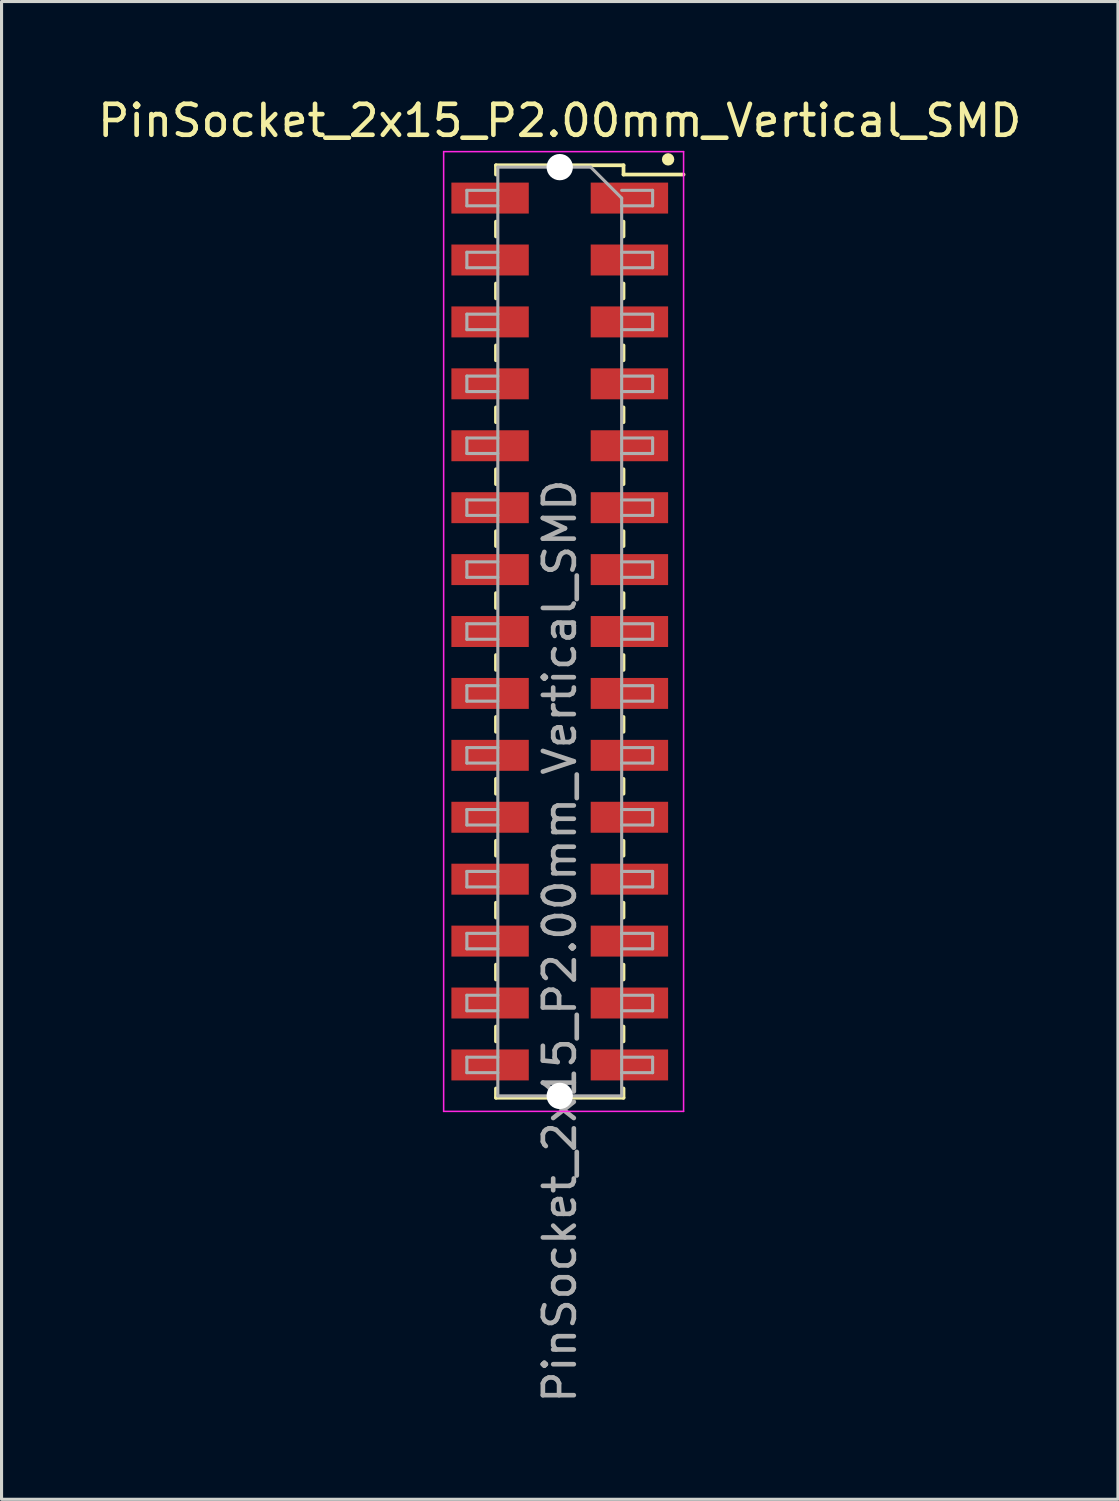
<source format=kicad_pcb>
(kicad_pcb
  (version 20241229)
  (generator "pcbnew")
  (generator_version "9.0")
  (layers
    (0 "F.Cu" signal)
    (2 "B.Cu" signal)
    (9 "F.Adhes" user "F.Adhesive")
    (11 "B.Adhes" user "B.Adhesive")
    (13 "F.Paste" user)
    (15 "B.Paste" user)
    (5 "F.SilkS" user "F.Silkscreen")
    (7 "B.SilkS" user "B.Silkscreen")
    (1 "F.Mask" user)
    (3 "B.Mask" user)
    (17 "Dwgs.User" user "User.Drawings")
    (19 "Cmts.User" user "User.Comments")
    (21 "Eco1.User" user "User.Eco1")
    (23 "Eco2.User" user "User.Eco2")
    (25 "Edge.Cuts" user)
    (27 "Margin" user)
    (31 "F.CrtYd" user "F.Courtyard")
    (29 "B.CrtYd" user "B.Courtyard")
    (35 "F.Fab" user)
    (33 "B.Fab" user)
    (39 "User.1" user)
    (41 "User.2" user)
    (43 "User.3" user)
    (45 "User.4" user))
  (footprint "PinSocket_2x15_P2.00mm_Vertical_SMD"
    (layer "F.Cu")
    (at 15.03 16.348)
    (property "Reference" "PinSocket_2x15_P2.00mm_Vertical_SMD" (at 0 -15.5 0) (layer "F.SilkS") (effects (font (size 1 1) (thickness 0.15))))
    (attr smd)
    (fp_line (start -2.06 -14.06) (end -2.06 -13.76) (stroke (width 0.12) (type solid)) (layer "F.SilkS"))
    (fp_line (start -2.06 -14.06) (end 2.06 -14.06) (stroke (width 0.12) (type solid)) (layer "F.SilkS"))
    (fp_line (start -2.06 -12.24) (end -2.06 -11.76) (stroke (width 0.12) (type solid)) (layer "F.SilkS"))
    (fp_line (start -2.06 -10.24) (end -2.06 -9.76) (stroke (width 0.12) (type solid)) (layer "F.SilkS"))
    (fp_line (start -2.06 -8.24) (end -2.06 -7.76) (stroke (width 0.12) (type solid)) (layer "F.SilkS"))
    (fp_line (start -2.06 -6.24) (end -2.06 -5.76) (stroke (width 0.12) (type solid)) (layer "F.SilkS"))
    (fp_line (start -2.06 -4.24) (end -2.06 -3.76) (stroke (width 0.12) (type solid)) (layer "F.SilkS"))
    (fp_line (start -2.06 -2.24) (end -2.06 -1.76) (stroke (width 0.12) (type solid)) (layer "F.SilkS"))
    (fp_line (start -2.06 -0.24) (end -2.06 0.24) (stroke (width 0.12) (type solid)) (layer "F.SilkS"))
    (fp_line (start -2.06 1.76) (end -2.06 2.24) (stroke (width 0.12) (type solid)) (layer "F.SilkS"))
    (fp_line (start -2.06 3.76) (end -2.06 4.24) (stroke (width 0.12) (type solid)) (layer "F.SilkS"))
    (fp_line (start -2.06 5.76) (end -2.06 6.24) (stroke (width 0.12) (type solid)) (layer "F.SilkS"))
    (fp_line (start -2.06 7.76) (end -2.06 8.24) (stroke (width 0.12) (type solid)) (layer "F.SilkS"))
    (fp_line (start -2.06 9.76) (end -2.06 10.24) (stroke (width 0.12) (type solid)) (layer "F.SilkS"))
    (fp_line (start -2.06 11.76) (end -2.06 12.24) (stroke (width 0.12) (type solid)) (layer "F.SilkS"))
    (fp_line (start -2.06 13.76) (end -2.06 14.24) (stroke (width 0.12) (type solid)) (layer "F.SilkS"))
    (fp_line (start -2.06 15.76) (end -2.06 16.06) (stroke (width 0.12) (type solid)) (layer "F.SilkS"))
    (fp_line (start -2.06 16.06) (end 2.06 16.06) (stroke (width 0.12) (type solid)) (layer "F.SilkS"))
    (fp_line (start 2.06 -14.06) (end 2.06 -13.76) (stroke (width 0.12) (type solid)) (layer "F.SilkS"))
    (fp_line (start 2.06 -13.76) (end 4 -13.76) (stroke (width 0.12) (type solid)) (layer "F.SilkS"))
    (fp_line (start 2.06 -12.24) (end 2.06 -11.76) (stroke (width 0.12) (type solid)) (layer "F.SilkS"))
    (fp_line (start 2.06 -10.24) (end 2.06 -9.76) (stroke (width 0.12) (type solid)) (layer "F.SilkS"))
    (fp_line (start 2.06 -8.24) (end 2.06 -7.76) (stroke (width 0.12) (type solid)) (layer "F.SilkS"))
    (fp_line (start 2.06 -6.24) (end 2.06 -5.76) (stroke (width 0.12) (type solid)) (layer "F.SilkS"))
    (fp_line (start 2.06 -4.24) (end 2.06 -3.76) (stroke (width 0.12) (type solid)) (layer "F.SilkS"))
    (fp_line (start 2.06 -2.24) (end 2.06 -1.76) (stroke (width 0.12) (type solid)) (layer "F.SilkS"))
    (fp_line (start 2.06 -0.24) (end 2.06 0.24) (stroke (width 0.12) (type solid)) (layer "F.SilkS"))
    (fp_line (start 2.06 1.76) (end 2.06 2.24) (stroke (width 0.12) (type solid)) (layer "F.SilkS"))
    (fp_line (start 2.06 3.76) (end 2.06 4.24) (stroke (width 0.12) (type solid)) (layer "F.SilkS"))
    (fp_line (start 2.06 5.76) (end 2.06 6.24) (stroke (width 0.12) (type solid)) (layer "F.SilkS"))
    (fp_line (start 2.06 7.76) (end 2.06 8.24) (stroke (width 0.12) (type solid)) (layer "F.SilkS"))
    (fp_line (start 2.06 9.76) (end 2.06 10.24) (stroke (width 0.12) (type solid)) (layer "F.SilkS"))
    (fp_line (start 2.06 11.76) (end 2.06 12.24) (stroke (width 0.12) (type solid)) (layer "F.SilkS"))
    (fp_line (start 2.06 13.76) (end 2.06 14.24) (stroke (width 0.12) (type solid)) (layer "F.SilkS"))
    (fp_line (start 2.06 15.76) (end 2.06 16.06) (stroke (width 0.12) (type solid)) (layer "F.SilkS"))
    (fp_circle (center 3.5 -14.25) (end 3.6 -14.25) (stroke (width 0.2) (type solid)) (fill no) (layer "F.SilkS"))
    (fp_line (start -3.75 -14.5) (end 4 -14.5) (stroke (width 0.05) (type solid)) (layer "F.CrtYd"))
    (fp_line (start -3.75 16.5) (end -3.75 -14.5) (stroke (width 0.05) (type solid)) (layer "F.CrtYd"))
    (fp_line (start 4 -14.5) (end 4 16.5) (stroke (width 0.05) (type solid)) (layer "F.CrtYd"))
    (fp_line (start 4 16.5) (end -3.75 16.5) (stroke (width 0.05) (type solid)) (layer "F.CrtYd"))
    (fp_line (start -3 -13.25) (end -2 -13.25) (stroke (width 0.1) (type solid)) (layer "F.Fab"))
    (fp_line (start -3 -12.75) (end -3 -13.25) (stroke (width 0.1) (type solid)) (layer "F.Fab"))
    (fp_line (start -3 -11.25) (end -2 -11.25) (stroke (width 0.1) (type solid)) (layer "F.Fab"))
    (fp_line (start -3 -10.75) (end -3 -11.25) (stroke (width 0.1) (type solid)) (layer "F.Fab"))
    (fp_line (start -3 -9.25) (end -2 -9.25) (stroke (width 0.1) (type solid)) (layer "F.Fab"))
    (fp_line (start -3 -8.75) (end -3 -9.25) (stroke (width 0.1) (type solid)) (layer "F.Fab"))
    (fp_line (start -3 -7.25) (end -2 -7.25) (stroke (width 0.1) (type solid)) (layer "F.Fab"))
    (fp_line (start -3 -6.75) (end -3 -7.25) (stroke (width 0.1) (type solid)) (layer "F.Fab"))
    (fp_line (start -3 -5.25) (end -2 -5.25) (stroke (width 0.1) (type solid)) (layer "F.Fab"))
    (fp_line (start -3 -4.75) (end -3 -5.25) (stroke (width 0.1) (type solid)) (layer "F.Fab"))
    (fp_line (start -3 -3.25) (end -2 -3.25) (stroke (width 0.1) (type solid)) (layer "F.Fab"))
    (fp_line (start -3 -2.75) (end -3 -3.25) (stroke (width 0.1) (type solid)) (layer "F.Fab"))
    (fp_line (start -3 -1.25) (end -2 -1.25) (stroke (width 0.1) (type solid)) (layer "F.Fab"))
    (fp_line (start -3 -0.75) (end -3 -1.25) (stroke (width 0.1) (type solid)) (layer "F.Fab"))
    (fp_line (start -3 0.75) (end -2 0.75) (stroke (width 0.1) (type solid)) (layer "F.Fab"))
    (fp_line (start -3 1.25) (end -3 0.75) (stroke (width 0.1) (type solid)) (layer "F.Fab"))
    (fp_line (start -3 2.75) (end -2 2.75) (stroke (width 0.1) (type solid)) (layer "F.Fab"))
    (fp_line (start -3 3.25) (end -3 2.75) (stroke (width 0.1) (type solid)) (layer "F.Fab"))
    (fp_line (start -3 4.75) (end -2 4.75) (stroke (width 0.1) (type solid)) (layer "F.Fab"))
    (fp_line (start -3 5.25) (end -3 4.75) (stroke (width 0.1) (type solid)) (layer "F.Fab"))
    (fp_line (start -3 6.75) (end -2 6.75) (stroke (width 0.1) (type solid)) (layer "F.Fab"))
    (fp_line (start -3 7.25) (end -3 6.75) (stroke (width 0.1) (type solid)) (layer "F.Fab"))
    (fp_line (start -3 8.75) (end -2 8.75) (stroke (width 0.1) (type solid)) (layer "F.Fab"))
    (fp_line (start -3 9.25) (end -3 8.75) (stroke (width 0.1) (type solid)) (layer "F.Fab"))
    (fp_line (start -3 10.75) (end -2 10.75) (stroke (width 0.1) (type solid)) (layer "F.Fab"))
    (fp_line (start -3 11.25) (end -3 10.75) (stroke (width 0.1) (type solid)) (layer "F.Fab"))
    (fp_line (start -3 12.75) (end -2 12.75) (stroke (width 0.1) (type solid)) (layer "F.Fab"))
    (fp_line (start -3 13.25) (end -3 12.75) (stroke (width 0.1) (type solid)) (layer "F.Fab"))
    (fp_line (start -3 14.75) (end -2 14.75) (stroke (width 0.1) (type solid)) (layer "F.Fab"))
    (fp_line (start -3 15.25) (end -3 14.75) (stroke (width 0.1) (type solid)) (layer "F.Fab"))
    (fp_line (start -2 -14) (end 1 -14) (stroke (width 0.1) (type solid)) (layer "F.Fab"))
    (fp_line (start -2 -12.75) (end -3 -12.75) (stroke (width 0.1) (type solid)) (layer "F.Fab"))
    (fp_line (start -2 -10.75) (end -3 -10.75) (stroke (width 0.1) (type solid)) (layer "F.Fab"))
    (fp_line (start -2 -8.75) (end -3 -8.75) (stroke (width 0.1) (type solid)) (layer "F.Fab"))
    (fp_line (start -2 -6.75) (end -3 -6.75) (stroke (width 0.1) (type solid)) (layer "F.Fab"))
    (fp_line (start -2 -4.75) (end -3 -4.75) (stroke (width 0.1) (type solid)) (layer "F.Fab"))
    (fp_line (start -2 -2.75) (end -3 -2.75) (stroke (width 0.1) (type solid)) (layer "F.Fab"))
    (fp_line (start -2 -0.75) (end -3 -0.75) (stroke (width 0.1) (type solid)) (layer "F.Fab"))
    (fp_line (start -2 1.25) (end -3 1.25) (stroke (width 0.1) (type solid)) (layer "F.Fab"))
    (fp_line (start -2 3.25) (end -3 3.25) (stroke (width 0.1) (type solid)) (layer "F.Fab"))
    (fp_line (start -2 5.25) (end -3 5.25) (stroke (width 0.1) (type solid)) (layer "F.Fab"))
    (fp_line (start -2 7.25) (end -3 7.25) (stroke (width 0.1) (type solid)) (layer "F.Fab"))
    (fp_line (start -2 9.25) (end -3 9.25) (stroke (width 0.1) (type solid)) (layer "F.Fab"))
    (fp_line (start -2 11.25) (end -3 11.25) (stroke (width 0.1) (type solid)) (layer "F.Fab"))
    (fp_line (start -2 13.25) (end -3 13.25) (stroke (width 0.1) (type solid)) (layer "F.Fab"))
    (fp_line (start -2 15.25) (end -3 15.25) (stroke (width 0.1) (type solid)) (layer "F.Fab"))
    (fp_line (start -2 16) (end -2 -14) (stroke (width 0.1) (type solid)) (layer "F.Fab"))
    (fp_line (start 1 -14) (end 2 -13) (stroke (width 0.1) (type solid)) (layer "F.Fab"))
    (fp_line (start 2 -13.25) (end 3 -13.25) (stroke (width 0.1) (type solid)) (layer "F.Fab"))
    (fp_line (start 2 -13) (end 2 16) (stroke (width 0.1) (type solid)) (layer "F.Fab"))
    (fp_line (start 2 -11.25) (end 3 -11.25) (stroke (width 0.1) (type solid)) (layer "F.Fab"))
    (fp_line (start 2 -9.25) (end 3 -9.25) (stroke (width 0.1) (type solid)) (layer "F.Fab"))
    (fp_line (start 2 -7.25) (end 3 -7.25) (stroke (width 0.1) (type solid)) (layer "F.Fab"))
    (fp_line (start 2 -5.25) (end 3 -5.25) (stroke (width 0.1) (type solid)) (layer "F.Fab"))
    (fp_line (start 2 -3.25) (end 3 -3.25) (stroke (width 0.1) (type solid)) (layer "F.Fab"))
    (fp_line (start 2 -1.25) (end 3 -1.25) (stroke (width 0.1) (type solid)) (layer "F.Fab"))
    (fp_line (start 2 0.75) (end 3 0.75) (stroke (width 0.1) (type solid)) (layer "F.Fab"))
    (fp_line (start 2 2.75) (end 3 2.75) (stroke (width 0.1) (type solid)) (layer "F.Fab"))
    (fp_line (start 2 4.75) (end 3 4.75) (stroke (width 0.1) (type solid)) (layer "F.Fab"))
    (fp_line (start 2 6.75) (end 3 6.75) (stroke (width 0.1) (type solid)) (layer "F.Fab"))
    (fp_line (start 2 8.75) (end 3 8.75) (stroke (width 0.1) (type solid)) (layer "F.Fab"))
    (fp_line (start 2 10.75) (end 3 10.75) (stroke (width 0.1) (type solid)) (layer "F.Fab"))
    (fp_line (start 2 12.75) (end 3 12.75) (stroke (width 0.1) (type solid)) (layer "F.Fab"))
    (fp_line (start 2 14.75) (end 3 14.75) (stroke (width 0.1) (type solid)) (layer "F.Fab"))
    (fp_line (start 2 16) (end -2 16) (stroke (width 0.1) (type solid)) (layer "F.Fab"))
    (fp_line (start 3 -13.25) (end 3 -12.75) (stroke (width 0.1) (type solid)) (layer "F.Fab"))
    (fp_line (start 3 -12.75) (end 2 -12.75) (stroke (width 0.1) (type solid)) (layer "F.Fab"))
    (fp_line (start 3 -11.25) (end 3 -10.75) (stroke (width 0.1) (type solid)) (layer "F.Fab"))
    (fp_line (start 3 -10.75) (end 2 -10.75) (stroke (width 0.1) (type solid)) (layer "F.Fab"))
    (fp_line (start 3 -9.25) (end 3 -8.75) (stroke (width 0.1) (type solid)) (layer "F.Fab"))
    (fp_line (start 3 -8.75) (end 2 -8.75) (stroke (width 0.1) (type solid)) (layer "F.Fab"))
    (fp_line (start 3 -7.25) (end 3 -6.75) (stroke (width 0.1) (type solid)) (layer "F.Fab"))
    (fp_line (start 3 -6.75) (end 2 -6.75) (stroke (width 0.1) (type solid)) (layer "F.Fab"))
    (fp_line (start 3 -5.25) (end 3 -4.75) (stroke (width 0.1) (type solid)) (layer "F.Fab"))
    (fp_line (start 3 -4.75) (end 2 -4.75) (stroke (width 0.1) (type solid)) (layer "F.Fab"))
    (fp_line (start 3 -3.25) (end 3 -2.75) (stroke (width 0.1) (type solid)) (layer "F.Fab"))
    (fp_line (start 3 -2.75) (end 2 -2.75) (stroke (width 0.1) (type solid)) (layer "F.Fab"))
    (fp_line (start 3 -1.25) (end 3 -0.75) (stroke (width 0.1) (type solid)) (layer "F.Fab"))
    (fp_line (start 3 -0.75) (end 2 -0.75) (stroke (width 0.1) (type solid)) (layer "F.Fab"))
    (fp_line (start 3 0.75) (end 3 1.25) (stroke (width 0.1) (type solid)) (layer "F.Fab"))
    (fp_line (start 3 1.25) (end 2 1.25) (stroke (width 0.1) (type solid)) (layer "F.Fab"))
    (fp_line (start 3 2.75) (end 3 3.25) (stroke (width 0.1) (type solid)) (layer "F.Fab"))
    (fp_line (start 3 3.25) (end 2 3.25) (stroke (width 0.1) (type solid)) (layer "F.Fab"))
    (fp_line (start 3 4.75) (end 3 5.25) (stroke (width 0.1) (type solid)) (layer "F.Fab"))
    (fp_line (start 3 5.25) (end 2 5.25) (stroke (width 0.1) (type solid)) (layer "F.Fab"))
    (fp_line (start 3 6.75) (end 3 7.25) (stroke (width 0.1) (type solid)) (layer "F.Fab"))
    (fp_line (start 3 7.25) (end 2 7.25) (stroke (width 0.1) (type solid)) (layer "F.Fab"))
    (fp_line (start 3 8.75) (end 3 9.25) (stroke (width 0.1) (type solid)) (layer "F.Fab"))
    (fp_line (start 3 9.25) (end 2 9.25) (stroke (width 0.1) (type solid)) (layer "F.Fab"))
    (fp_line (start 3 10.75) (end 3 11.25) (stroke (width 0.1) (type solid)) (layer "F.Fab"))
    (fp_line (start 3 11.25) (end 2 11.25) (stroke (width 0.1) (type solid)) (layer "F.Fab"))
    (fp_line (start 3 12.75) (end 3 13.25) (stroke (width 0.1) (type solid)) (layer "F.Fab"))
    (fp_line (start 3 13.25) (end 2 13.25) (stroke (width 0.1) (type solid)) (layer "F.Fab"))
    (fp_line (start 3 14.75) (end 3 15.25) (stroke (width 0.1) (type solid)) (layer "F.Fab"))
    (fp_line (start 3 15.25) (end 2 15.25) (stroke (width 0.1) (type solid)) (layer "F.Fab"))
    (fp_text user "${REFERENCE}" (at 0 11 90) (layer "F.Fab") (effects (font (size 1 1) (thickness 0.15))))
    (pad "" np_thru_hole circle (at 0 -14) (size 0.85 0.85) (drill 0.85) (layers "*.Cu" "*.Mask"))
    (pad "" np_thru_hole circle (at 0 16) (size 0.85 0.85) (drill 0.85) (layers "*.Cu" "*.Mask"))
    (pad "1" smd rect (at 2.25 -13) (size 2.5 1) (layers "F.Cu" "F.Mask" "F.Paste"))
    (pad "2" smd rect (at -2.25 -13) (size 2.5 1) (layers "F.Cu" "F.Mask" "F.Paste"))
    (pad "3" smd rect (at 2.25 -11) (size 2.5 1) (layers "F.Cu" "F.Mask" "F.Paste"))
    (pad "4" smd rect (at -2.25 -11) (size 2.5 1) (layers "F.Cu" "F.Mask" "F.Paste"))
    (pad "5" smd rect (at 2.25 -9) (size 2.5 1) (layers "F.Cu" "F.Mask" "F.Paste"))
    (pad "6" smd rect (at -2.25 -9) (size 2.5 1) (layers "F.Cu" "F.Mask" "F.Paste"))
    (pad "7" smd rect (at 2.25 -7) (size 2.5 1) (layers "F.Cu" "F.Mask" "F.Paste"))
    (pad "8" smd rect (at -2.25 -7) (size 2.5 1) (layers "F.Cu" "F.Mask" "F.Paste"))
    (pad "9" smd rect (at 2.25 -5) (size 2.5 1) (layers "F.Cu" "F.Mask" "F.Paste"))
    (pad "10" smd rect (at -2.25 -5) (size 2.5 1) (layers "F.Cu" "F.Mask" "F.Paste"))
    (pad "11" smd rect (at 2.25 -3) (size 2.5 1) (layers "F.Cu" "F.Mask" "F.Paste"))
    (pad "12" smd rect (at -2.25 -3) (size 2.5 1) (layers "F.Cu" "F.Mask" "F.Paste"))
    (pad "13" smd rect (at 2.25 -1) (size 2.5 1) (layers "F.Cu" "F.Mask" "F.Paste"))
    (pad "14" smd rect (at -2.25 -1) (size 2.5 1) (layers "F.Cu" "F.Mask" "F.Paste"))
    (pad "15" smd rect (at 2.25 1) (size 2.5 1) (layers "F.Cu" "F.Mask" "F.Paste"))
    (pad "16" smd rect (at -2.25 1) (size 2.5 1) (layers "F.Cu" "F.Mask" "F.Paste"))
    (pad "17" smd rect (at 2.25 3) (size 2.5 1) (layers "F.Cu" "F.Mask" "F.Paste"))
    (pad "18" smd rect (at -2.25 3) (size 2.5 1) (layers "F.Cu" "F.Mask" "F.Paste"))
    (pad "19" smd rect (at 2.25 5) (size 2.5 1) (layers "F.Cu" "F.Mask" "F.Paste"))
    (pad "20" smd rect (at -2.25 5) (size 2.5 1) (layers "F.Cu" "F.Mask" "F.Paste"))
    (pad "21" smd rect (at 2.25 7) (size 2.5 1) (layers "F.Cu" "F.Mask" "F.Paste"))
    (pad "22" smd rect (at -2.25 7) (size 2.5 1) (layers "F.Cu" "F.Mask" "F.Paste"))
    (pad "23" smd rect (at 2.25 9) (size 2.5 1) (layers "F.Cu" "F.Mask" "F.Paste"))
    (pad "24" smd rect (at -2.25 9) (size 2.5 1) (layers "F.Cu" "F.Mask" "F.Paste"))
    (pad "25" smd rect (at 2.25 11) (size 2.5 1) (layers "F.Cu" "F.Mask" "F.Paste"))
    (pad "26" smd rect (at -2.25 11) (size 2.5 1) (layers "F.Cu" "F.Mask" "F.Paste"))
    (pad "27" smd rect (at 2.25 13) (size 2.5 1) (layers "F.Cu" "F.Mask" "F.Paste"))
    (pad "28" smd rect (at -2.25 13) (size 2.5 1) (layers "F.Cu" "F.Mask" "F.Paste"))
    (pad "29" smd rect (at 2.25 15) (size 2.5 1) (layers "F.Cu" "F.Mask" "F.Paste"))
    (pad "30" smd rect (at -2.25 15) (size 2.5 1) (layers "F.Cu" "F.Mask" "F.Paste")))
  (gr_rect
    (start -3 -3)
    (end 33.06 45.378)
    (stroke (width 0.1) (type default))
    (fill no)
    (layer "Edge.Cuts")))
</source>
